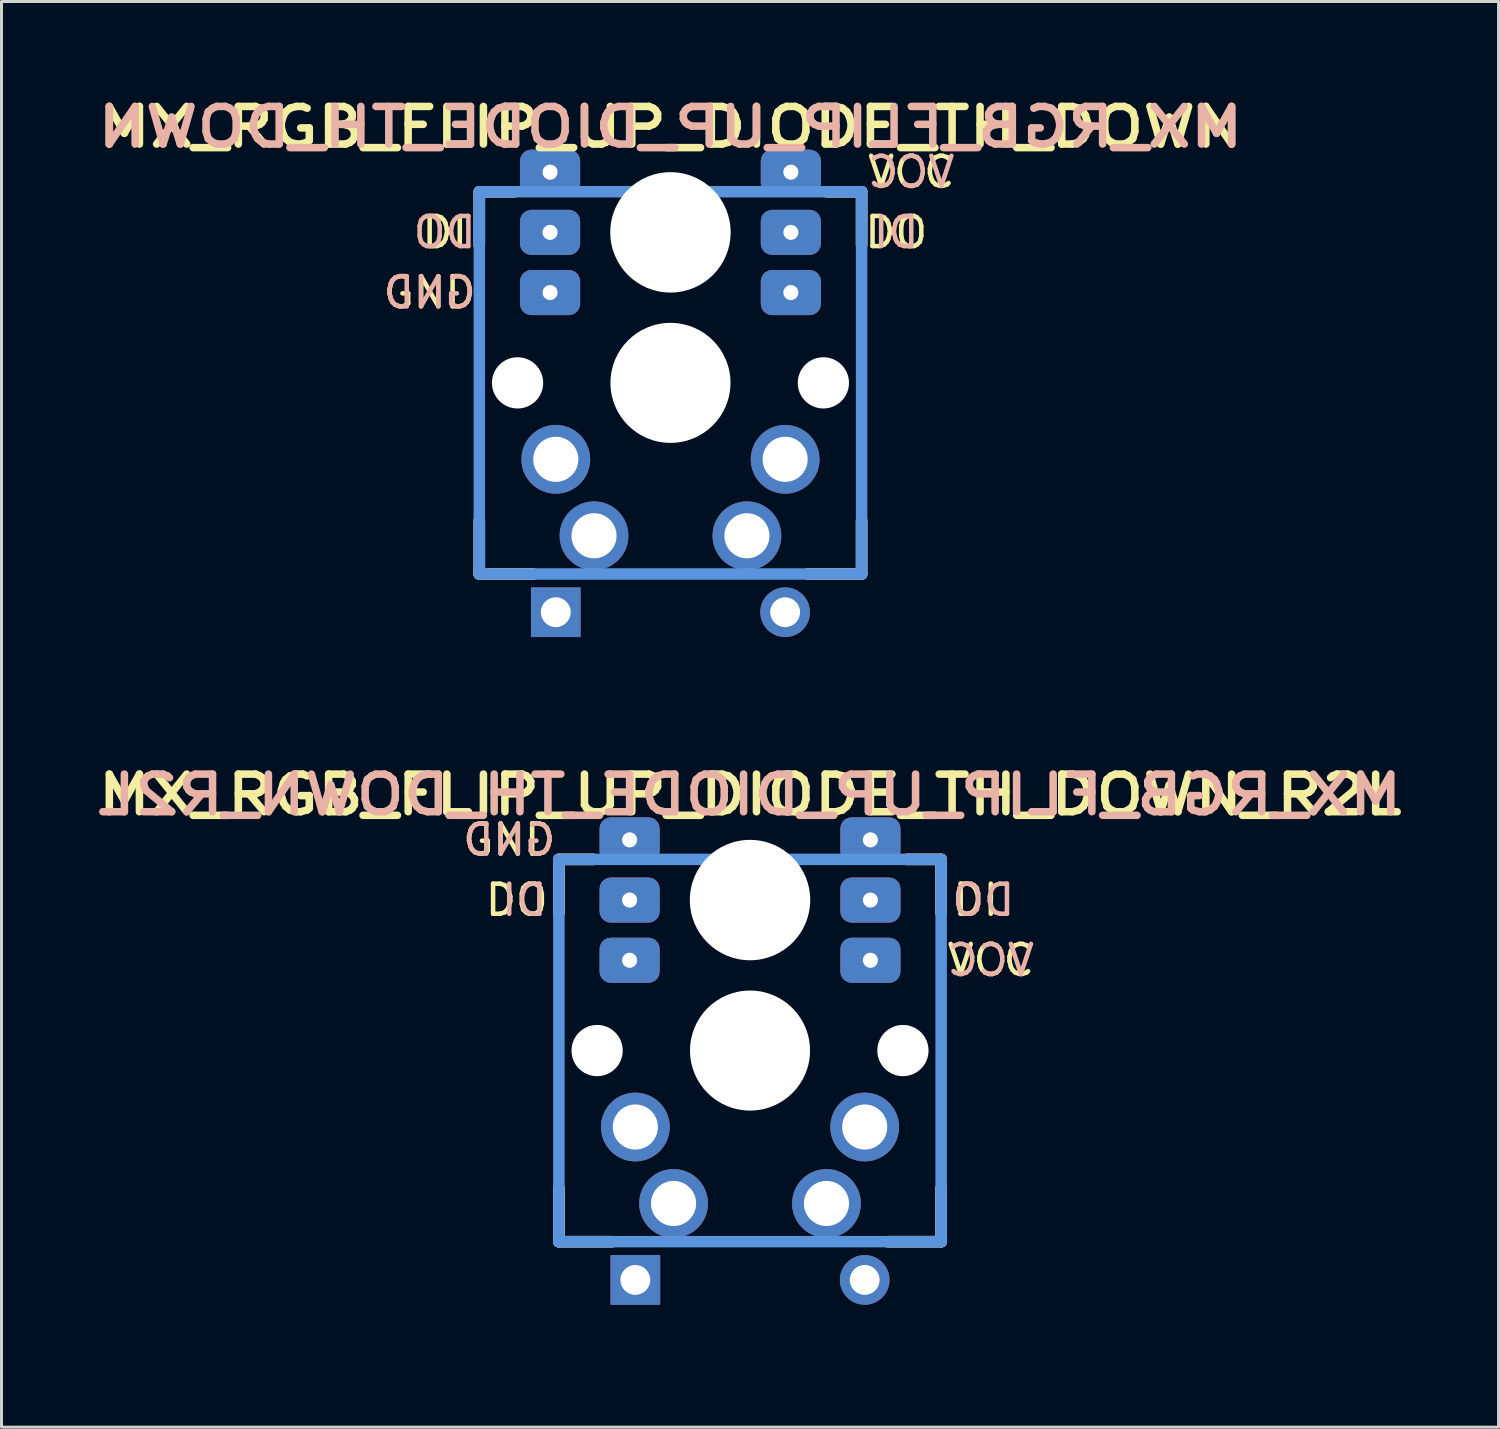
<source format=kicad_pcb>
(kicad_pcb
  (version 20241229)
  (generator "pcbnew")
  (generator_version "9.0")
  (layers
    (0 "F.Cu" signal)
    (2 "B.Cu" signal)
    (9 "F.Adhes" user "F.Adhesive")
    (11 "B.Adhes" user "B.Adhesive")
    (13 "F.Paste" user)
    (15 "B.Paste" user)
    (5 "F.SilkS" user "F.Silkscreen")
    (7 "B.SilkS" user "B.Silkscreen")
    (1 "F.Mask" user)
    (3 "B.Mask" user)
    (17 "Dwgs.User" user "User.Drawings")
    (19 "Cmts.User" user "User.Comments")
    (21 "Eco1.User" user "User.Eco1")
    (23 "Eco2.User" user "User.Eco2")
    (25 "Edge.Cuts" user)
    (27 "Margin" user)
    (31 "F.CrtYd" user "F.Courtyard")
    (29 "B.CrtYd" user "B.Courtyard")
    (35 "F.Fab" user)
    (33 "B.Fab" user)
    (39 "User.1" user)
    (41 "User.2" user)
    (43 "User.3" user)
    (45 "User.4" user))
  (footprint "MX_RGB_FLIP_UP_DIODE_TH_DOWN"
    (layer "F.Cu")
    (at 19.225 9.67)
    (property "Reference" "MX_RGB_FLIP_UP_DIODE_TH_DOWN" (at 0 -8.5 180) (layer "F.SilkS") (effects (font (size 1.25 1.5) (thickness 0.25))))
    (attr through_hole)
    (fp_line (start -6.35 -6.35) (end -5.2 -6.35) (stroke (width 0.381) (type solid)) (layer "F.SilkS"))
    (fp_line (start -6.35 -4.572) (end -6.35 -6.35) (stroke (width 0.381) (type solid)) (layer "F.SilkS"))
    (fp_line (start -6.35 6.35) (end -6.35 4.572) (stroke (width 0.381) (type solid)) (layer "F.SilkS"))
    (fp_line (start -4.572 6.35) (end -6.35 6.35) (stroke (width 0.381) (type solid)) (layer "F.SilkS"))
    (fp_line (start 5.2 -6.35) (end 6.35 -6.35) (stroke (width 0.381) (type solid)) (layer "F.SilkS"))
    (fp_line (start 6.35 -6.35) (end 6.35 -4.572) (stroke (width 0.381) (type solid)) (layer "F.SilkS"))
    (fp_line (start 6.35 4.572) (end 6.35 6.35) (stroke (width 0.381) (type solid)) (layer "F.SilkS"))
    (fp_line (start 6.35 6.35) (end 4.572 6.35) (stroke (width 0.381) (type solid)) (layer "F.SilkS"))
    (fp_line (start -6.35 -6.35) (end -5.2 -6.35) (stroke (width 0.381) (type solid)) (layer "B.SilkS"))
    (fp_line (start -6.35 -4.572) (end -6.35 -6.35) (stroke (width 0.381) (type solid)) (layer "B.SilkS"))
    (fp_line (start -6.35 6.35) (end -6.35 4.572) (stroke (width 0.381) (type solid)) (layer "B.SilkS"))
    (fp_line (start -4.572 6.35) (end -6.35 6.35) (stroke (width 0.381) (type solid)) (layer "B.SilkS"))
    (fp_line (start 5.2 -6.35) (end 6.35 -6.35) (stroke (width 0.381) (type solid)) (layer "B.SilkS"))
    (fp_line (start 6.35 -6.35) (end 6.35 -4.572) (stroke (width 0.381) (type solid)) (layer "B.SilkS"))
    (fp_line (start 6.35 4.572) (end 6.35 6.35) (stroke (width 0.381) (type solid)) (layer "B.SilkS"))
    (fp_line (start 6.35 6.35) (end 4.572 6.35) (stroke (width 0.381) (type solid)) (layer "B.SilkS"))
    (fp_line (start -6.35 -6.35) (end 6.35 -6.35) (stroke (width 0.381) (type solid)) (layer "Cmts.User"))
    (fp_line (start -6.35 6.35) (end -6.35 -6.35) (stroke (width 0.381) (type solid)) (layer "Cmts.User"))
    (fp_line (start 6.35 -6.35) (end 6.35 6.35) (stroke (width 0.381) (type solid)) (layer "Cmts.User"))
    (fp_line (start 6.35 6.35) (end -6.35 6.35) (stroke (width 0.381) (type solid)) (layer "Cmts.User"))
    (fp_line (start -9.5 -9.5) (end 9.5 -9.5) (stroke (width 0.025) (type solid)) (layer "Eco2.User"))
    (fp_line (start -9.5 9.5) (end -9.5 -9.5) (stroke (width 0.025) (type solid)) (layer "Eco2.User"))
    (fp_line (start -7 -7) (end 7 -7) (stroke (width 0.025) (type solid)) (layer "Eco2.User"))
    (fp_line (start -7 7) (end -7 -7) (stroke (width 0.025) (type solid)) (layer "Eco2.User"))
    (fp_line (start 7 7) (end -7 7) (stroke (width 0.025) (type solid)) (layer "Eco2.User"))
    (fp_line (start 7 7) (end 7 -7) (stroke (width 0.025) (type solid)) (layer "Eco2.User"))
    (fp_line (start 9.5 -9.5) (end 9.5 9.5) (stroke (width 0.025) (type solid)) (layer "Eco2.User"))
    (fp_line (start 9.5 9.5) (end -9.5 9.5) (stroke (width 0.025) (type solid)) (layer "Eco2.User"))
    (fp_text user "GND" (at -8 -3 0) (layer "F.SilkS") (effects (font (size 1 1) (thickness 0.15))))
    (fp_text user "VCC" (at 8 -7 0) (layer "F.SilkS") (effects (font (size 1 1) (thickness 0.15))))
    (fp_text user "DI" (at -7.5 -5 0) (layer "F.SilkS") (effects (font (size 1 1) (thickness 0.15))))
    (fp_text user "DO" (at 7.5 -5 0) (layer "F.SilkS") (effects (font (size 1 1) (thickness 0.15))))
    (fp_text user "${REFERENCE}" (at 0 -8.5 0) (layer "B.SilkS") (effects (font (size 1.25 1.5) (thickness 0.25)) (justify mirror)))
    (fp_text user "DI" (at 7.5 -5 0) (layer "B.SilkS") (effects (font (size 1 1) (thickness 0.15)) (justify mirror)))
    (fp_text user "DO" (at -7.5 -5 0) (layer "B.SilkS") (effects (font (size 1 1) (thickness 0.15)) (justify mirror)))
    (fp_text user "VCC" (at 8 -7 0) (layer "B.SilkS") (effects (font (size 1 1) (thickness 0.15)) (justify mirror)))
    (fp_text user "GND" (at -8 -3 0) (layer "B.SilkS") (effects (font (size 1 1) (thickness 0.15)) (justify mirror)))
    (pad "" np_thru_hole circle (at -5.08 0 180) (size 1.702 1.702) (drill 1.702) (layers "*.Cu" "*.Mask"))
    (pad "" np_thru_hole circle (at 0 -5 180) (size 4 4) (drill 4) (layers "*.Cu" "*.Mask"))
    (pad "" np_thru_hole circle (at 0 0 180) (size 3.988 3.988) (drill 3.988) (layers "*.Cu" "*.Mask"))
    (pad "" np_thru_hole circle (at 5.08 0 180) (size 1.702 1.702) (drill 1.702) (layers "*.Cu" "*.Mask"))
    (pad "1" thru_hole circle (at -3.81 2.54 180) (size 2.286 2.286) (drill 1.499) (layers "*.Cu" "*.Mask"))
    (pad "1" thru_hole circle (at -2.54 5.08 180) (size 2.286 2.286) (drill 1.499) (layers "*.Cu" "*.Mask"))
    (pad "2" thru_hole circle (at 2.54 5.08 180) (size 2.286 2.286) (drill 1.499) (layers "*.Cu" "*.Mask"))
    (pad "2" thru_hole circle (at 3.81 2.54 180) (size 2.286 2.286) (drill 1.499) (layers "*.Cu" "*.Mask"))
    (pad "3" thru_hole circle (at 3.81 7.62 180) (size 1.651 1.651) (drill 0.991) (layers "*.Cu" "*.Mask"))
    (pad "4" thru_hole rect (at -3.81 7.62 180) (size 1.651 1.651) (drill 0.991) (layers "*.Cu" "*.Mask"))
    (pad "5" thru_hole roundrect (at -4 -5 180) (size 2 1.5) (drill 0.5) (layers "*.Cu" "*.Mask") (roundrect_rratio 0.25))
    (pad "6" thru_hole roundrect (at 4 -5 180) (size 2 1.5) (drill 0.5) (layers "*.Cu" "*.Mask") (roundrect_rratio 0.25))
    (pad "7" thru_hole roundrect (at -4 -7 180) (size 2 1.5) (drill 0.5) (layers "*.Cu" "*.Mask") (roundrect_rratio 0.25))
    (pad "7" thru_hole roundrect (at 4 -7 180) (size 2 1.5) (drill 0.5) (layers "*.Cu" "*.Mask") (roundrect_rratio 0.25))
    (pad "8" thru_hole roundrect (at -4 -3 180) (size 2 1.5) (drill 0.5) (layers "*.Cu" "*.Mask") (roundrect_rratio 0.25))
    (pad "8" thru_hole roundrect (at 4 -3 180) (size 2 1.5) (drill 0.5) (layers "*.Cu" "*.Mask") (roundrect_rratio 0.25)))
  (footprint "MX_RGB_FLIP_UP_DIODE_TH_DOWN_R2L"
    (layer "F.Cu")
    (at 21.868 31.853)
    (property "Reference" "MX_RGB_FLIP_UP_DIODE_TH_DOWN_R2L" (at 0 -8.5 180) (layer "F.SilkS") (effects (font (size 1.25 1.5) (thickness 0.25))))
    (attr through_hole)
    (fp_line (start -6.35 -6.35) (end -5.2 -6.35) (stroke (width 0.381) (type solid)) (layer "F.SilkS"))
    (fp_line (start -6.35 -4.572) (end -6.35 -6.35) (stroke (width 0.381) (type solid)) (layer "F.SilkS"))
    (fp_line (start -6.35 6.35) (end -6.35 4.572) (stroke (width 0.381) (type solid)) (layer "F.SilkS"))
    (fp_line (start -4.572 6.35) (end -6.35 6.35) (stroke (width 0.381) (type solid)) (layer "F.SilkS"))
    (fp_line (start 5.2 -6.35) (end 6.35 -6.35) (stroke (width 0.381) (type solid)) (layer "F.SilkS"))
    (fp_line (start 6.35 -6.35) (end 6.35 -4.572) (stroke (width 0.381) (type solid)) (layer "F.SilkS"))
    (fp_line (start 6.35 4.572) (end 6.35 6.35) (stroke (width 0.381) (type solid)) (layer "F.SilkS"))
    (fp_line (start 6.35 6.35) (end 4.572 6.35) (stroke (width 0.381) (type solid)) (layer "F.SilkS"))
    (fp_line (start -6.35 -6.35) (end -5.2 -6.35) (stroke (width 0.381) (type solid)) (layer "B.SilkS"))
    (fp_line (start -6.35 -4.572) (end -6.35 -6.35) (stroke (width 0.381) (type solid)) (layer "B.SilkS"))
    (fp_line (start -6.35 6.35) (end -6.35 4.572) (stroke (width 0.381) (type solid)) (layer "B.SilkS"))
    (fp_line (start -4.572 6.35) (end -6.35 6.35) (stroke (width 0.381) (type solid)) (layer "B.SilkS"))
    (fp_line (start 5.2 -6.35) (end 6.35 -6.35) (stroke (width 0.381) (type solid)) (layer "B.SilkS"))
    (fp_line (start 6.35 -6.35) (end 6.35 -4.572) (stroke (width 0.381) (type solid)) (layer "B.SilkS"))
    (fp_line (start 6.35 4.572) (end 6.35 6.35) (stroke (width 0.381) (type solid)) (layer "B.SilkS"))
    (fp_line (start 6.35 6.35) (end 4.572 6.35) (stroke (width 0.381) (type solid)) (layer "B.SilkS"))
    (fp_line (start -6.35 -6.35) (end 6.35 -6.35) (stroke (width 0.381) (type solid)) (layer "Cmts.User"))
    (fp_line (start -6.35 6.35) (end -6.35 -6.35) (stroke (width 0.381) (type solid)) (layer "Cmts.User"))
    (fp_line (start 6.35 -6.35) (end 6.35 6.35) (stroke (width 0.381) (type solid)) (layer "Cmts.User"))
    (fp_line (start 6.35 6.35) (end -6.35 6.35) (stroke (width 0.381) (type solid)) (layer "Cmts.User"))
    (fp_line (start -9.5 -9.5) (end 9.5 -9.5) (stroke (width 0.025) (type solid)) (layer "Eco2.User"))
    (fp_line (start -9.5 9.5) (end -9.5 -9.5) (stroke (width 0.025) (type solid)) (layer "Eco2.User"))
    (fp_line (start -7 -7) (end 7 -7) (stroke (width 0.025) (type solid)) (layer "Eco2.User"))
    (fp_line (start -7 7) (end -7 -7) (stroke (width 0.025) (type solid)) (layer "Eco2.User"))
    (fp_line (start 7 7) (end -7 7) (stroke (width 0.025) (type solid)) (layer "Eco2.User"))
    (fp_line (start 7 7) (end 7 -7) (stroke (width 0.025) (type solid)) (layer "Eco2.User"))
    (fp_line (start 9.5 -9.5) (end 9.5 9.5) (stroke (width 0.025) (type solid)) (layer "Eco2.User"))
    (fp_line (start 9.5 9.5) (end -9.5 9.5) (stroke (width 0.025) (type solid)) (layer "Eco2.User"))
    (fp_text user "VCC" (at 8 -3 0) (layer "F.SilkS") (effects (font (size 1 1) (thickness 0.15))))
    (fp_text user "DO" (at -7.75 -5 0) (layer "F.SilkS") (effects (font (size 1 1) (thickness 0.15))))
    (fp_text user "GND" (at -8 -7 0) (layer "F.SilkS") (effects (font (size 1 1) (thickness 0.15))))
    (fp_text user "DI" (at 7.5 -5 0) (layer "F.SilkS") (effects (font (size 1 1) (thickness 0.15))))
    (fp_text user "GND" (at -8 -7 0) (layer "B.SilkS") (effects (font (size 1 1) (thickness 0.15)) (justify mirror)))
    (fp_text user "DO" (at 7.75 -5 0) (layer "B.SilkS") (effects (font (size 1 1) (thickness 0.15)) (justify mirror)))
    (fp_text user "DI" (at -7.5 -5 0) (layer "B.SilkS") (effects (font (size 1 1) (thickness 0.15)) (justify mirror)))
    (fp_text user "VCC" (at 8 -3 0) (layer "B.SilkS") (effects (font (size 1 1) (thickness 0.15)) (justify mirror)))
    (fp_text user "${REFERENCE}" (at 0 -8.5 0) (layer "B.SilkS") (effects (font (size 1.25 1.5) (thickness 0.25)) (justify mirror)))
    (pad "" np_thru_hole circle (at -5.08 0 180) (size 1.702 1.702) (drill 1.702) (layers "*.Cu" "*.Mask"))
    (pad "" np_thru_hole circle (at 0 -5 180) (size 4 4) (drill 4) (layers "*.Cu" "*.Mask"))
    (pad "" np_thru_hole circle (at 0 0 180) (size 3.988 3.988) (drill 3.988) (layers "*.Cu" "*.Mask"))
    (pad "" np_thru_hole circle (at 5.08 0 180) (size 1.702 1.702) (drill 1.702) (layers "*.Cu" "*.Mask"))
    (pad "1" thru_hole circle (at -3.81 2.54 180) (size 2.286 2.286) (drill 1.499) (layers "*.Cu" "*.Mask"))
    (pad "1" thru_hole circle (at -2.54 5.08 180) (size 2.286 2.286) (drill 1.499) (layers "*.Cu" "*.Mask"))
    (pad "2" thru_hole circle (at 2.54 5.08 180) (size 2.286 2.286) (drill 1.499) (layers "*.Cu" "*.Mask"))
    (pad "2" thru_hole circle (at 3.81 2.54 180) (size 2.286 2.286) (drill 1.499) (layers "*.Cu" "*.Mask"))
    (pad "3" thru_hole circle (at 3.81 7.62 180) (size 1.651 1.651) (drill 0.991) (layers "*.Cu" "*.Mask"))
    (pad "4" thru_hole rect (at -3.81 7.62 180) (size 1.651 1.651) (drill 0.991) (layers "*.Cu" "*.Mask"))
    (pad "5" thru_hole roundrect (at 4 -5 180) (size 2 1.5) (drill 0.5) (layers "*.Cu" "*.Mask") (roundrect_rratio 0.25))
    (pad "6" thru_hole roundrect (at -4 -5 180) (size 2 1.5) (drill 0.5) (layers "*.Cu" "*.Mask") (roundrect_rratio 0.25))
    (pad "7" thru_hole roundrect (at -4 -3 180) (size 2 1.5) (drill 0.5) (layers "*.Cu" "*.Mask") (roundrect_rratio 0.25))
    (pad "7" thru_hole roundrect (at 4 -3 180) (size 2 1.5) (drill 0.5) (layers "*.Cu" "*.Mask") (roundrect_rratio 0.25))
    (pad "8" thru_hole roundrect (at -4 -7 180) (size 2 1.5) (drill 0.5) (layers "*.Cu" "*.Mask") (roundrect_rratio 0.25))
    (pad "8" thru_hole roundrect (at 4 -7 180) (size 2 1.5) (drill 0.5) (layers "*.Cu" "*.Mask") (roundrect_rratio 0.25)))
  (gr_rect
    (start -3 -3)
    (end 46.736 44.365)
    (stroke (width 0.1) (type default))
    (fill no)
    (layer "Edge.Cuts")))
</source>
